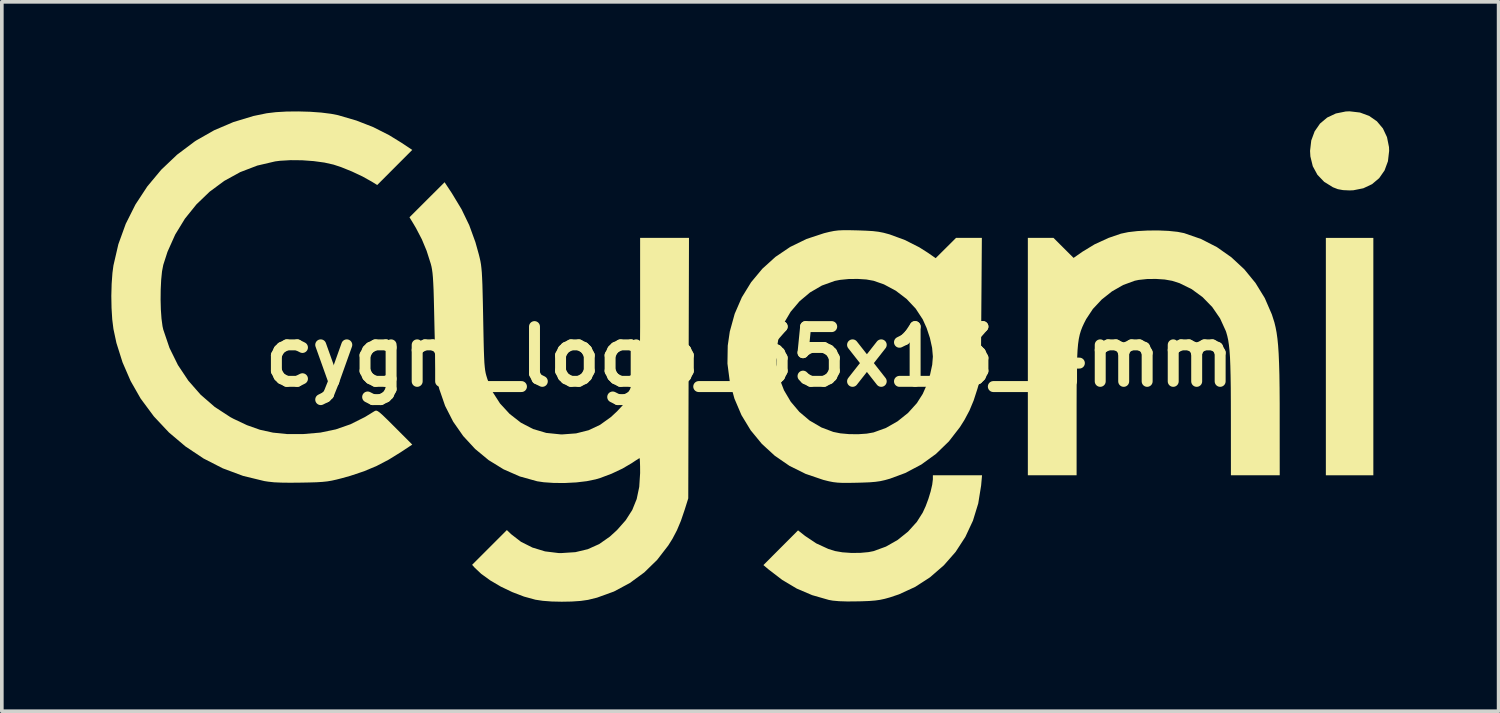
<source format=kicad_pcb>
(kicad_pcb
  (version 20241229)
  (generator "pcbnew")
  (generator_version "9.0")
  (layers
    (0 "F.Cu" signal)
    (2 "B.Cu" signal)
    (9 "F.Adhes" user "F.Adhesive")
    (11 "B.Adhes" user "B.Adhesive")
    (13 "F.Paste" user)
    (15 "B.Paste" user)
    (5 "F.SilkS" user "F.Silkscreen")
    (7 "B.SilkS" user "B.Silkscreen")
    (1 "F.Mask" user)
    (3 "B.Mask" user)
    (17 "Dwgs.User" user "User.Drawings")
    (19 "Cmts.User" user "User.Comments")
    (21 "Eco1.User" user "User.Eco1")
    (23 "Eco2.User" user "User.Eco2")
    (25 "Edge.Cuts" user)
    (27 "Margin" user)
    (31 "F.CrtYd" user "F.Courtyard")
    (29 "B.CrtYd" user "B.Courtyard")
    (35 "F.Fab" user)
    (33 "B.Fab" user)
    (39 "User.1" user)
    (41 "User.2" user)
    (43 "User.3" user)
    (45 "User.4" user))
  (footprint "cygni_logo_35x13_4mm"
    (layer "F.Cu")
    (at 17.487 6.72)
    (property "Reference" "cygni_logo_35x13_4mm" (at 0 0 0) (layer "F.SilkS") (effects (font (size 1.5 1.5) (thickness 0.3))))
    (attr board_only exclude_from_pos_files exclude_from_bom)
    (fp_poly (pts (xy 17.09 0) (xy 17.09 3.252) (xy 16.44 3.252) (xy 15.789 3.252) (xy 15.789 0) (xy 15.789 -3.252) (xy 16.44 -3.252) (xy 17.09 -3.252)) (stroke (width 0) (type solid)) (fill yes) (layer "F.SilkS"))
    (fp_poly (pts (xy 16.724 -6.687) (xy 16.976 -6.594) (xy 17.187 -6.447) (xy 17.352 -6.251) (xy 17.464 -6.013) (xy 17.519 -5.74) (xy 17.523 -5.636) (xy 17.49 -5.352) (xy 17.397 -5.1) (xy 17.25 -4.889) (xy 17.054 -4.724) (xy 16.817 -4.612) (xy 16.543 -4.557) (xy 16.44 -4.553) (xy 16.26 -4.561) (xy 16.118 -4.587) (xy 15.984 -4.639) (xy 15.743 -4.788) (xy 15.558 -4.981) (xy 15.431 -5.215) (xy 15.365 -5.484) (xy 15.356 -5.636) (xy 15.389 -5.921) (xy 15.482 -6.172) (xy 15.629 -6.384) (xy 15.825 -6.549) (xy 16.063 -6.661) (xy 16.336 -6.716) (xy 16.44 -6.72)) (stroke (width 0) (type solid)) (fill yes) (layer "F.SilkS"))
    (fp_poly (pts (xy 6.344 3.532) (xy 6.265 4.023) (xy 6.12 4.495) (xy 5.912 4.94) (xy 5.645 5.351) (xy 5.323 5.718) (xy 4.945 6.046) (xy 4.537 6.31) (xy 4.093 6.514) (xy 3.846 6.597) (xy 3.705 6.636) (xy 3.576 6.664) (xy 3.44 6.683) (xy 3.278 6.696) (xy 3.071 6.704) (xy 2.963 6.706) (xy 2.679 6.709) (xy 2.454 6.702) (xy 2.279 6.686) (xy 2.172 6.667) (xy 1.715 6.536) (xy 1.295 6.357) (xy 0.898 6.121) (xy 0.508 5.822) (xy 0.506 5.82) (xy 0.379 5.712) (xy 0.854 5.236) (xy 1.328 4.761) (xy 1.52 4.913) (xy 1.827 5.118) (xy 2.158 5.27) (xy 2.339 5.327) (xy 2.541 5.362) (xy 2.78 5.379) (xy 3.029 5.378) (xy 3.258 5.357) (xy 3.396 5.33) (xy 3.736 5.206) (xy 4.055 5.025) (xy 4.342 4.795) (xy 4.583 4.528) (xy 4.744 4.274) (xy 4.824 4.1) (xy 4.899 3.899) (xy 4.961 3.695) (xy 5.004 3.509) (xy 5.022 3.364) (xy 5.022 3.354) (xy 5.022 3.252) (xy 5.696 3.252) (xy 6.369 3.252)) (stroke (width 0) (type solid)) (fill yes) (layer "F.SilkS"))
    (fp_poly (pts (xy 11.478 -3.444) (xy 11.727 -3.418) (xy 11.905 -3.383) (xy 12.369 -3.222) (xy 12.803 -3) (xy 13.2 -2.721) (xy 13.555 -2.391) (xy 13.862 -2.016) (xy 14.116 -1.602) (xy 14.31 -1.154) (xy 14.379 -0.937) (xy 14.411 -0.805) (xy 14.439 -0.659) (xy 14.462 -0.494) (xy 14.481 -0.302) (xy 14.496 -0.077) (xy 14.507 0.188) (xy 14.516 0.499) (xy 14.521 0.864) (xy 14.524 1.289) (xy 14.524 1.689) (xy 14.525 3.252) (xy 13.856 3.252) (xy 13.188 3.252) (xy 13.187 1.689) (xy 13.186 1.239) (xy 13.184 0.854) (xy 13.179 0.528) (xy 13.172 0.255) (xy 13.163 0.026) (xy 13.15 -0.163) (xy 13.133 -0.321) (xy 13.113 -0.453) (xy 13.088 -0.567) (xy 13.059 -0.669) (xy 13.047 -0.703) (xy 12.89 -1.047) (xy 12.676 -1.358) (xy 12.414 -1.627) (xy 12.113 -1.848) (xy 11.781 -2.011) (xy 11.578 -2.076) (xy 11.375 -2.112) (xy 11.135 -2.128) (xy 10.888 -2.125) (xy 10.662 -2.101) (xy 10.552 -2.078) (xy 10.234 -1.961) (xy 9.927 -1.785) (xy 9.646 -1.562) (xy 9.406 -1.305) (xy 9.222 -1.027) (xy 9.22 -1.023) (xy 9.164 -0.914) (xy 9.117 -0.812) (xy 9.078 -0.711) (xy 9.046 -0.604) (xy 9.02 -0.483) (xy 9 -0.341) (xy 8.985 -0.172) (xy 8.975 0.031) (xy 8.967 0.276) (xy 8.963 0.57) (xy 8.961 0.919) (xy 8.96 1.331) (xy 8.96 1.505) (xy 8.96 3.252) (xy 8.292 3.252) (xy 7.624 3.252) (xy 7.624 0) (xy 7.624 -3.252) (xy 7.975 -3.252) (xy 8.327 -3.252) (xy 8.602 -2.978) (xy 8.877 -2.704) (xy 9.116 -2.871) (xy 9.455 -3.077) (xy 9.837 -3.252) (xy 10.175 -3.368) (xy 10.375 -3.41) (xy 10.627 -3.439) (xy 10.908 -3.454) (xy 11.199 -3.456)) (stroke (width 0) (type solid)) (fill yes) (layer "F.SilkS"))
    (fp_poly (pts (xy 2.734 -3.463) (xy 2.954 -3.458) (xy 2.963 -3.458) (xy 3.199 -3.449) (xy 3.382 -3.438) (xy 3.532 -3.42) (xy 3.666 -3.394) (xy 3.804 -3.357) (xy 3.84 -3.347) (xy 4.253 -3.195) (xy 4.649 -2.995) (xy 4.888 -2.843) (xy 5.098 -2.697) (xy 5.377 -2.974) (xy 5.656 -3.252) (xy 6.01 -3.252) (xy 6.364 -3.252) (xy 6.35 -1.346) (xy 6.336 0.56) (xy 6.242 0.885) (xy 6.139 1.203) (xy 6.025 1.477) (xy 5.887 1.736) (xy 5.763 1.933) (xy 5.46 2.324) (xy 5.106 2.667) (xy 4.706 2.957) (xy 4.267 3.189) (xy 3.846 3.345) (xy 3.708 3.384) (xy 3.582 3.412) (xy 3.449 3.431) (xy 3.291 3.444) (xy 3.089 3.452) (xy 2.945 3.456) (xy 2.718 3.46) (xy 2.545 3.46) (xy 2.409 3.453) (xy 2.29 3.439) (xy 2.172 3.416) (xy 2.036 3.382) (xy 2.023 3.379) (xy 1.539 3.215) (xy 1.094 2.994) (xy 0.692 2.718) (xy 0.336 2.391) (xy 0.03 2.019) (xy -0.222 1.604) (xy -0.415 1.151) (xy -0.542 0.686) (xy -0.606 0.193) (xy -0.601 -0.148) (xy 0.734 -0.148) (xy 0.741 0.223) (xy 0.812 0.583) (xy 0.943 0.923) (xy 1.128 1.236) (xy 1.364 1.515) (xy 1.646 1.753) (xy 1.97 1.942) (xy 2.294 2.064) (xy 2.489 2.103) (xy 2.724 2.124) (xy 2.973 2.127) (xy 3.208 2.111) (xy 3.396 2.078) (xy 3.736 1.955) (xy 4.055 1.773) (xy 4.342 1.543) (xy 4.583 1.276) (xy 4.744 1.023) (xy 4.857 0.768) (xy 4.946 0.492) (xy 5.004 0.223) (xy 5.022 0) (xy 5.001 -0.241) (xy 4.941 -0.511) (xy 4.85 -0.785) (xy 4.744 -1.02) (xy 4.55 -1.316) (xy 4.3 -1.581) (xy 4.006 -1.805) (xy 3.681 -1.979) (xy 3.396 -2.078) (xy 3.199 -2.113) (xy 2.962 -2.128) (xy 2.711 -2.125) (xy 2.478 -2.102) (xy 2.336 -2.074) (xy 1.982 -1.947) (xy 1.657 -1.758) (xy 1.369 -1.516) (xy 1.125 -1.228) (xy 0.933 -0.903) (xy 0.801 -0.548) (xy 0.795 -0.523) (xy 0.734 -0.148) (xy -0.601 -0.148) (xy -0.598 -0.302) (xy -0.542 -0.686) (xy -0.408 -1.172) (xy -0.212 -1.624) (xy 0.042 -2.037) (xy 0.35 -2.407) (xy 0.708 -2.731) (xy 1.112 -3.004) (xy 1.559 -3.222) (xy 2.041 -3.381) (xy 2.188 -3.417) (xy 2.312 -3.442) (xy 2.432 -3.457) (xy 2.566 -3.463)) (stroke (width 0) (type solid)) (fill yes) (layer "F.SilkS"))
    (fp_poly (pts (xy -12.043 -6.708) (xy -11.737 -6.686) (xy -11.466 -6.652) (xy -11.277 -6.615) (xy -10.771 -6.467) (xy -10.312 -6.288) (xy -9.879 -6.069) (xy -9.544 -5.863) (xy -9.242 -5.663) (xy -9.722 -5.182) (xy -10.202 -4.701) (xy -10.349 -4.792) (xy -10.603 -4.934) (xy -10.896 -5.072) (xy -11.193 -5.192) (xy -11.399 -5.26) (xy -11.648 -5.316) (xy -11.943 -5.356) (xy -12.26 -5.379) (xy -12.576 -5.382) (xy -12.866 -5.365) (xy -12.998 -5.348) (xy -13.489 -5.233) (xy -13.956 -5.054) (xy -14.392 -4.814) (xy -14.793 -4.518) (xy -15.154 -4.171) (xy -15.471 -3.778) (xy -15.737 -3.343) (xy -15.948 -2.871) (xy -16.064 -2.511) (xy -16.098 -2.334) (xy -16.121 -2.104) (xy -16.134 -1.84) (xy -16.137 -1.562) (xy -16.13 -1.289) (xy -16.112 -1.038) (xy -16.084 -0.83) (xy -16.064 -0.741) (xy -15.893 -0.237) (xy -15.662 0.232) (xy -15.376 0.661) (xy -15.039 1.045) (xy -14.654 1.379) (xy -14.226 1.658) (xy -14.14 1.704) (xy -13.77 1.879) (xy -13.417 2.004) (xy -13.059 2.083) (xy -12.678 2.122) (xy -12.254 2.123) (xy -12.223 2.122) (xy -11.759 2.082) (xy -11.336 1.994) (xy -10.934 1.854) (xy -10.537 1.655) (xy -10.288 1.502) (xy -10.257 1.485) (xy -10.226 1.48) (xy -10.187 1.495) (xy -10.131 1.535) (xy -10.051 1.606) (xy -9.939 1.714) (xy -9.787 1.865) (xy -9.723 1.929) (xy -9.242 2.411) (xy -9.544 2.611) (xy -9.886 2.823) (xy -10.217 2.996) (xy -10.559 3.14) (xy -10.936 3.266) (xy -11.164 3.33) (xy -11.316 3.369) (xy -11.446 3.398) (xy -11.57 3.419) (xy -11.705 3.433) (xy -11.866 3.443) (xy -12.07 3.449) (xy -12.284 3.453) (xy -12.586 3.456) (xy -12.829 3.453) (xy -13.028 3.444) (xy -13.194 3.426) (xy -13.296 3.41) (xy -13.876 3.269) (xy -14.432 3.062) (xy -14.96 2.792) (xy -15.455 2.462) (xy -15.91 2.077) (xy -16.32 1.64) (xy -16.68 1.155) (xy -16.69 1.139) (xy -16.958 0.669) (xy -17.18 0.157) (xy -17.347 -0.373) (xy -17.429 -0.756) (xy -17.462 -1.02) (xy -17.481 -1.331) (xy -17.487 -1.663) (xy -17.478 -1.993) (xy -17.456 -2.295) (xy -17.429 -2.496) (xy -17.294 -3.079) (xy -17.092 -3.637) (xy -16.826 -4.167) (xy -16.501 -4.662) (xy -16.12 -5.119) (xy -15.685 -5.532) (xy -15.2 -5.896) (xy -15.158 -5.923) (xy -14.671 -6.2) (xy -14.144 -6.425) (xy -13.593 -6.592) (xy -13.23 -6.667) (xy -12.978 -6.697) (xy -12.683 -6.714) (xy -12.365 -6.717)) (stroke (width 0) (type solid)) (fill yes) (layer "F.SilkS"))
    (fp_poly (pts (xy -8.156 -4.475) (xy -7.891 -4.036) (xy -7.68 -3.598) (xy -7.511 -3.133) (xy -7.419 -2.803) (xy -7.395 -2.707) (xy -7.375 -2.617) (xy -7.359 -2.526) (xy -7.347 -2.424) (xy -7.336 -2.304) (xy -7.328 -2.155) (xy -7.32 -1.97) (xy -7.314 -1.74) (xy -7.307 -1.457) (xy -7.3 -1.111) (xy -7.299 -1.048) (xy -7.292 -0.694) (xy -7.286 -0.403) (xy -7.28 -0.169) (xy -7.273 0.018) (xy -7.266 0.165) (xy -7.256 0.28) (xy -7.245 0.373) (xy -7.231 0.45) (xy -7.213 0.52) (xy -7.191 0.592) (xy -7.177 0.635) (xy -7.034 0.978) (xy -6.837 1.285) (xy -6.577 1.567) (xy -6.572 1.572) (xy -6.265 1.811) (xy -5.932 1.984) (xy -5.571 2.091) (xy -5.18 2.131) (xy -5.131 2.132) (xy -4.753 2.104) (xy -4.412 2.018) (xy -4.097 1.87) (xy -3.8 1.657) (xy -3.631 1.5) (xy -3.444 1.299) (xy -3.309 1.118) (xy -3.227 0.972) (xy -3.178 0.868) (xy -3.136 0.774) (xy -3.101 0.682) (xy -3.073 0.585) (xy -3.05 0.477) (xy -3.033 0.35) (xy -3.02 0.198) (xy -3.011 0.013) (xy -3.005 -0.212) (xy -3.001 -0.483) (xy -2.999 -0.809) (xy -2.999 -1.194) (xy -2.999 -1.478) (xy -2.999 -3.252) (xy -2.329 -3.252) (xy -1.66 -3.252) (xy -1.67 0.316) (xy -1.68 3.884) (xy -1.778 4.196) (xy -1.882 4.501) (xy -1.99 4.758) (xy -2.113 4.992) (xy -2.227 5.174) (xy -2.532 5.569) (xy -2.886 5.914) (xy -3.282 6.204) (xy -3.715 6.436) (xy -4.178 6.604) (xy -4.425 6.665) (xy -4.627 6.694) (xy -4.876 6.711) (xy -5.148 6.716) (xy -5.42 6.71) (xy -5.667 6.691) (xy -5.867 6.661) (xy -6.181 6.575) (xy -6.502 6.452) (xy -6.816 6.302) (xy -7.105 6.132) (xy -7.353 5.952) (xy -7.531 5.784) (xy -7.602 5.705) (xy -7.126 5.229) (xy -6.65 4.753) (xy -6.532 4.866) (xy -6.263 5.074) (xy -5.949 5.232) (xy -5.604 5.337) (xy -5.238 5.382) (xy -5.154 5.383) (xy -4.773 5.358) (xy -4.433 5.277) (xy -4.121 5.137) (xy -3.828 4.932) (xy -3.631 4.752) (xy -3.392 4.481) (xy -3.214 4.202) (xy -3.093 3.903) (xy -3.023 3.57) (xy -2.999 3.192) (xy -2.999 3.165) (xy -3 3.009) (xy -3.004 2.883) (xy -3.009 2.803) (xy -3.013 2.782) (xy -3.048 2.801) (xy -3.125 2.85) (xy -3.221 2.914) (xy -3.48 3.067) (xy -3.781 3.209) (xy -4.092 3.326) (xy -4.22 3.364) (xy -4.459 3.413) (xy -4.745 3.447) (xy -5.052 3.463) (xy -5.358 3.462) (xy -5.638 3.443) (xy -5.82 3.416) (xy -6.294 3.284) (xy -6.739 3.089) (xy -7.149 2.837) (xy -7.519 2.531) (xy -7.845 2.178) (xy -8.121 1.783) (xy -8.342 1.35) (xy -8.503 0.884) (xy -8.546 0.705) (xy -8.564 0.607) (xy -8.579 0.487) (xy -8.592 0.337) (xy -8.603 0.15) (xy -8.613 -0.083) (xy -8.622 -0.368) (xy -8.631 -0.713) (xy -8.636 -0.939) (xy -8.644 -1.297) (xy -8.651 -1.591) (xy -8.658 -1.829) (xy -8.667 -2.019) (xy -8.676 -2.17) (xy -8.687 -2.289) (xy -8.7 -2.385) (xy -8.715 -2.466) (xy -8.734 -2.54) (xy -8.736 -2.547) (xy -8.849 -2.901) (xy -8.98 -3.215) (xy -9.142 -3.525) (xy -9.228 -3.67) (xy -9.318 -3.817) (xy -8.837 -4.297) (xy -8.356 -4.777)) (stroke (width 0) (type solid)) (fill yes) (layer "F.SilkS")))
  (gr_rect
    (start -3 -3)
    (end 38.009 16.436)
    (stroke (width 0.1) (type default))
    (fill no)
    (layer "Edge.Cuts")))
</source>
